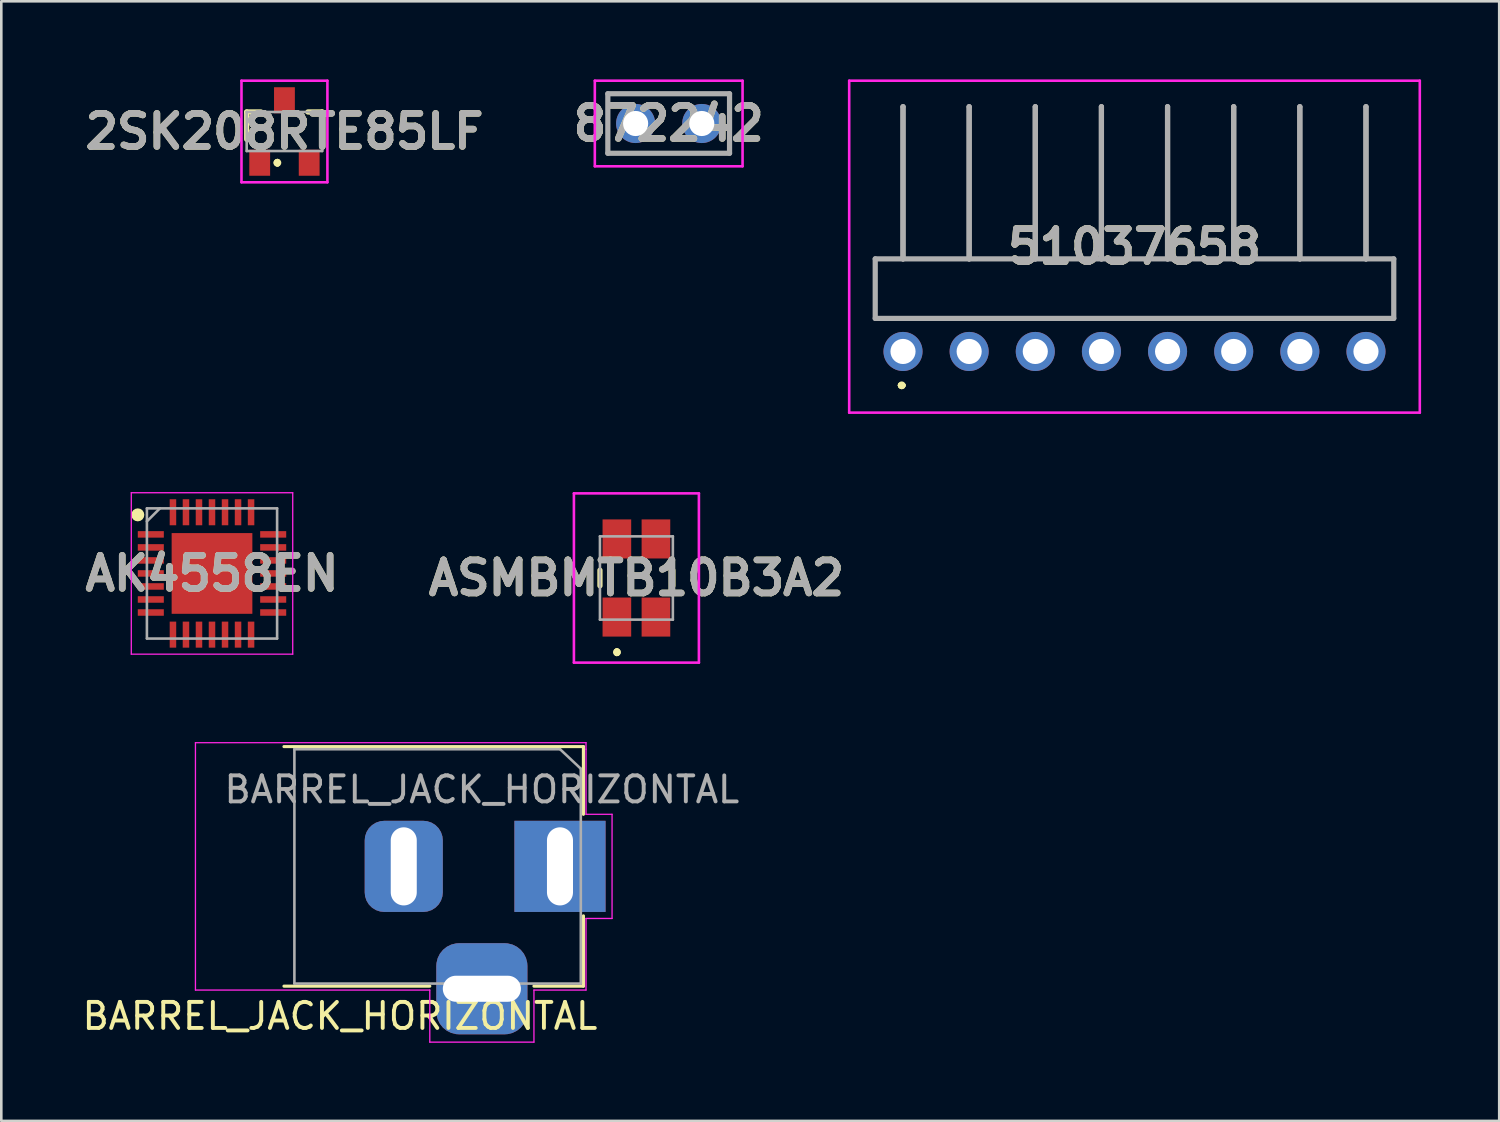
<source format=kicad_pcb>
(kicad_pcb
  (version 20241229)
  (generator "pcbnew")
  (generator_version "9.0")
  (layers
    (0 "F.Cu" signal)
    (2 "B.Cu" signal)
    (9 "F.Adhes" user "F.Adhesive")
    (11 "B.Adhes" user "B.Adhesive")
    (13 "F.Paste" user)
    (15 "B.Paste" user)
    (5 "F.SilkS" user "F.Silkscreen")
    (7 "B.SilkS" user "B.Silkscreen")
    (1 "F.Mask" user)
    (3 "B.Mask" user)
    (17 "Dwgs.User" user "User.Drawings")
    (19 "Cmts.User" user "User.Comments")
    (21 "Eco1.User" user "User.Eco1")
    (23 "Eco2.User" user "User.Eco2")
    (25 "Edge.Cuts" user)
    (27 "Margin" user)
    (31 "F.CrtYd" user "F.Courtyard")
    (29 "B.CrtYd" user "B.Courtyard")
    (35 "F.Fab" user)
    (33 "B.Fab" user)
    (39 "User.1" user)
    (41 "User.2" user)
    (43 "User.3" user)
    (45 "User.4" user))
  (footprint "51037658"
    (layer "F.Cu")
    (at 31.63 10.448)
    (property "Reference" "51037658" (at 8.89 -4.024 0) (layer "F.SilkS") (effects (font (size 1.27 1.27) (thickness 0.254))))
    (attr through_hole)
    (fp_line (start -1.067 -3.556) (end 18.847 -3.556) (stroke (width 0.1) (type solid)) (layer "F.SilkS"))
    (fp_line (start -1.067 -1.27) (end -1.067 -3.556) (stroke (width 0.1) (type solid)) (layer "F.SilkS"))
    (fp_line (start -0.1 1.3) (end -0.1 1.3) (stroke (width 0.2) (type solid)) (layer "F.SilkS"))
    (fp_line (start -0.1 1.3) (end -0.1 1.3) (stroke (width 0.2) (type solid)) (layer "F.SilkS"))
    (fp_line (start 0 1.3) (end 0 1.3) (stroke (width 0.2) (type solid)) (layer "F.SilkS"))
    (fp_line (start 18.847 -3.556) (end 18.847 -1.27) (stroke (width 0.1) (type solid)) (layer "F.SilkS"))
    (fp_line (start 18.847 -1.27) (end -1.067 -1.27) (stroke (width 0.1) (type solid)) (layer "F.SilkS"))
    (fp_arc (start -0.1 1.3) (mid -0.05 1.25) (end 0 1.3) (stroke (width 0.2) (type solid)) (layer "F.SilkS"))
    (fp_arc (start 0 1.3) (mid -0.05 1.35) (end -0.1 1.3) (stroke (width 0.2) (type solid)) (layer "F.SilkS"))
    (fp_arc (start 0 1.3) (mid -0.05 1.35) (end -0.1 1.3) (stroke (width 0.2) (type solid)) (layer "F.SilkS"))
    (fp_line (start -2.067 -10.398) (end 19.847 -10.398) (stroke (width 0.1) (type solid)) (layer "F.CrtYd"))
    (fp_line (start -2.067 2.35) (end -2.067 -10.398) (stroke (width 0.1) (type solid)) (layer "F.CrtYd"))
    (fp_line (start 19.847 -10.398) (end 19.847 2.35) (stroke (width 0.1) (type solid)) (layer "F.CrtYd"))
    (fp_line (start 19.847 2.35) (end -2.067 2.35) (stroke (width 0.1) (type solid)) (layer "F.CrtYd"))
    (fp_line (start -1.067 -3.556) (end -1.067 -1.27) (stroke (width 0.2) (type solid)) (layer "F.Fab"))
    (fp_line (start -1.067 -1.27) (end 18.847 -1.27) (stroke (width 0.2) (type solid)) (layer "F.Fab"))
    (fp_line (start 0 -9.398) (end 0 -9.398) (stroke (width 0.2) (type solid)) (layer "F.Fab"))
    (fp_line (start 0 -9.398) (end 0 -3.556) (stroke (width 0.2) (type solid)) (layer "F.Fab"))
    (fp_line (start 0 -3.556) (end 0 -9.398) (stroke (width 0.2) (type solid)) (layer "F.Fab"))
    (fp_line (start 0 -3.556) (end 0 -3.556) (stroke (width 0.2) (type solid)) (layer "F.Fab"))
    (fp_line (start 2.54 -9.398) (end 2.54 -9.398) (stroke (width 0.2) (type solid)) (layer "F.Fab"))
    (fp_line (start 2.54 -9.398) (end 2.54 -3.556) (stroke (width 0.2) (type solid)) (layer "F.Fab"))
    (fp_line (start 2.54 -3.556) (end 2.54 -9.398) (stroke (width 0.2) (type solid)) (layer "F.Fab"))
    (fp_line (start 2.54 -3.556) (end 2.54 -3.556) (stroke (width 0.2) (type solid)) (layer "F.Fab"))
    (fp_line (start 5.08 -9.398) (end 5.08 -9.398) (stroke (width 0.2) (type solid)) (layer "F.Fab"))
    (fp_line (start 5.08 -9.398) (end 5.08 -3.556) (stroke (width 0.2) (type solid)) (layer "F.Fab"))
    (fp_line (start 5.08 -3.556) (end 5.08 -9.398) (stroke (width 0.2) (type solid)) (layer "F.Fab"))
    (fp_line (start 5.08 -3.556) (end 5.08 -3.556) (stroke (width 0.2) (type solid)) (layer "F.Fab"))
    (fp_line (start 7.62 -9.398) (end 7.62 -9.398) (stroke (width 0.2) (type solid)) (layer "F.Fab"))
    (fp_line (start 7.62 -9.398) (end 7.62 -3.556) (stroke (width 0.2) (type solid)) (layer "F.Fab"))
    (fp_line (start 7.62 -3.556) (end 7.62 -9.398) (stroke (width 0.2) (type solid)) (layer "F.Fab"))
    (fp_line (start 7.62 -3.556) (end 7.62 -3.556) (stroke (width 0.2) (type solid)) (layer "F.Fab"))
    (fp_line (start 10.16 -9.398) (end 10.16 -9.398) (stroke (width 0.2) (type solid)) (layer "F.Fab"))
    (fp_line (start 10.16 -9.398) (end 10.16 -3.556) (stroke (width 0.2) (type solid)) (layer "F.Fab"))
    (fp_line (start 10.16 -3.556) (end 10.16 -9.398) (stroke (width 0.2) (type solid)) (layer "F.Fab"))
    (fp_line (start 10.16 -3.556) (end 10.16 -3.556) (stroke (width 0.2) (type solid)) (layer "F.Fab"))
    (fp_line (start 12.7 -9.398) (end 12.7 -9.398) (stroke (width 0.2) (type solid)) (layer "F.Fab"))
    (fp_line (start 12.7 -9.398) (end 12.7 -3.556) (stroke (width 0.2) (type solid)) (layer "F.Fab"))
    (fp_line (start 12.7 -3.556) (end 12.7 -9.398) (stroke (width 0.2) (type solid)) (layer "F.Fab"))
    (fp_line (start 12.7 -3.556) (end 12.7 -3.556) (stroke (width 0.2) (type solid)) (layer "F.Fab"))
    (fp_line (start 15.24 -9.398) (end 15.24 -9.398) (stroke (width 0.2) (type solid)) (layer "F.Fab"))
    (fp_line (start 15.24 -9.398) (end 15.24 -3.556) (stroke (width 0.2) (type solid)) (layer "F.Fab"))
    (fp_line (start 15.24 -3.556) (end 15.24 -9.398) (stroke (width 0.2) (type solid)) (layer "F.Fab"))
    (fp_line (start 15.24 -3.556) (end 15.24 -3.556) (stroke (width 0.2) (type solid)) (layer "F.Fab"))
    (fp_line (start 17.78 -9.398) (end 17.78 -9.398) (stroke (width 0.2) (type solid)) (layer "F.Fab"))
    (fp_line (start 17.78 -9.398) (end 17.78 -3.556) (stroke (width 0.2) (type solid)) (layer "F.Fab"))
    (fp_line (start 17.78 -3.556) (end 17.78 -9.398) (stroke (width 0.2) (type solid)) (layer "F.Fab"))
    (fp_line (start 17.78 -3.556) (end 17.78 -3.556) (stroke (width 0.2) (type solid)) (layer "F.Fab"))
    (fp_line (start 18.847 -3.556) (end -1.067 -3.556) (stroke (width 0.2) (type solid)) (layer "F.Fab"))
    (fp_line (start 18.847 -1.27) (end 18.847 -3.556) (stroke (width 0.2) (type solid)) (layer "F.Fab"))
    (fp_text user "${REFERENCE}" (at 8.89 -4.024 0) (layer "F.Fab") (effects (font (size 1.27 1.27) (thickness 0.254))))
    (pad "1" thru_hole circle (at 0 0) (size 1.5 1.5) (drill 0.965) (layers "*.Cu" "*.Mask"))
    (pad "2" thru_hole circle (at 2.54 0) (size 1.5 1.5) (drill 0.965) (layers "*.Cu" "*.Mask"))
    (pad "3" thru_hole circle (at 5.08 0) (size 1.5 1.5) (drill 0.965) (layers "*.Cu" "*.Mask"))
    (pad "4" thru_hole circle (at 7.62 0) (size 1.5 1.5) (drill 0.965) (layers "*.Cu" "*.Mask"))
    (pad "5" thru_hole circle (at 10.16 0) (size 1.5 1.5) (drill 0.965) (layers "*.Cu" "*.Mask"))
    (pad "6" thru_hole circle (at 12.7 0) (size 1.5 1.5) (drill 0.965) (layers "*.Cu" "*.Mask"))
    (pad "7" thru_hole circle (at 15.24 0) (size 1.5 1.5) (drill 0.965) (layers "*.Cu" "*.Mask"))
    (pad "8" thru_hole circle (at 17.78 0) (size 1.5 1.5) (drill 0.965) (layers "*.Cu" "*.Mask")))
  (footprint "AK4558EN"
    (layer "F.Cu")
    (at 5.092 18.973)
    (property "Reference" "AK4558EN" (at 0 0 0) (layer "F.SilkS") (effects (font (size 1.27 1.27) (thickness 0.254))))
    (attr smd)
    (fp_circle (center -2.85 -2.25) (end -2.85 -2.125) (stroke (width 0.25) (type solid)) (fill no) (layer "F.SilkS"))
    (fp_line (start -3.1 -3.1) (end 3.1 -3.1) (stroke (width 0.05) (type solid)) (layer "F.CrtYd"))
    (fp_line (start -3.1 3.1) (end -3.1 -3.1) (stroke (width 0.05) (type solid)) (layer "F.CrtYd"))
    (fp_line (start 3.1 -3.1) (end 3.1 3.1) (stroke (width 0.05) (type solid)) (layer "F.CrtYd"))
    (fp_line (start 3.1 3.1) (end -3.1 3.1) (stroke (width 0.05) (type solid)) (layer "F.CrtYd"))
    (fp_line (start -2.5 -2.5) (end 2.5 -2.5) (stroke (width 0.1) (type solid)) (layer "F.Fab"))
    (fp_line (start -2.5 -2) (end -2 -2.5) (stroke (width 0.1) (type solid)) (layer "F.Fab"))
    (fp_line (start -2.5 2.5) (end -2.5 -2.5) (stroke (width 0.1) (type solid)) (layer "F.Fab"))
    (fp_line (start 2.5 -2.5) (end 2.5 2.5) (stroke (width 0.1) (type solid)) (layer "F.Fab"))
    (fp_line (start 2.5 2.5) (end -2.5 2.5) (stroke (width 0.1) (type solid)) (layer "F.Fab"))
    (fp_text user "${REFERENCE}" (at 0 0 0) (layer "F.Fab") (effects (font (size 1.27 1.27) (thickness 0.254))))
    (pad "1" smd rect (at -2.35 -1.5 90) (size 0.25 1) (layers "F.Cu" "F.Mask" "F.Paste"))
    (pad "2" smd rect (at -2.35 -1 90) (size 0.25 1) (layers "F.Cu" "F.Mask" "F.Paste"))
    (pad "3" smd rect (at -2.35 -0.5 90) (size 0.25 1) (layers "F.Cu" "F.Mask" "F.Paste"))
    (pad "4" smd rect (at -2.35 0 90) (size 0.25 1) (layers "F.Cu" "F.Mask" "F.Paste"))
    (pad "5" smd rect (at -2.35 0.5 90) (size 0.25 1) (layers "F.Cu" "F.Mask" "F.Paste"))
    (pad "6" smd rect (at -2.35 1 90) (size 0.25 1) (layers "F.Cu" "F.Mask" "F.Paste"))
    (pad "7" smd rect (at -2.35 1.5 90) (size 0.25 1) (layers "F.Cu" "F.Mask" "F.Paste"))
    (pad "8" smd rect (at -1.5 2.35) (size 0.25 1) (layers "F.Cu" "F.Mask" "F.Paste"))
    (pad "9" smd rect (at -1 2.35) (size 0.25 1) (layers "F.Cu" "F.Mask" "F.Paste"))
    (pad "10" smd rect (at -0.5 2.35) (size 0.25 1) (layers "F.Cu" "F.Mask" "F.Paste"))
    (pad "11" smd rect (at 0 2.35) (size 0.25 1) (layers "F.Cu" "F.Mask" "F.Paste"))
    (pad "12" smd rect (at 0.5 2.35) (size 0.25 1) (layers "F.Cu" "F.Mask" "F.Paste"))
    (pad "13" smd rect (at 1 2.35) (size 0.25 1) (layers "F.Cu" "F.Mask" "F.Paste"))
    (pad "14" smd rect (at 1.5 2.35) (size 0.25 1) (layers "F.Cu" "F.Mask" "F.Paste"))
    (pad "15" smd rect (at 2.35 1.5 90) (size 0.25 1) (layers "F.Cu" "F.Mask" "F.Paste"))
    (pad "16" smd rect (at 2.35 1 90) (size 0.25 1) (layers "F.Cu" "F.Mask" "F.Paste"))
    (pad "17" smd rect (at 2.35 0.5 90) (size 0.25 1) (layers "F.Cu" "F.Mask" "F.Paste"))
    (pad "18" smd rect (at 2.35 0 90) (size 0.25 1) (layers "F.Cu" "F.Mask" "F.Paste"))
    (pad "19" smd rect (at 2.35 -0.5 90) (size 0.25 1) (layers "F.Cu" "F.Mask" "F.Paste"))
    (pad "20" smd rect (at 2.35 -1 90) (size 0.25 1) (layers "F.Cu" "F.Mask" "F.Paste"))
    (pad "21" smd rect (at 2.35 -1.5 90) (size 0.25 1) (layers "F.Cu" "F.Mask" "F.Paste"))
    (pad "22" smd rect (at 1.5 -2.35) (size 0.25 1) (layers "F.Cu" "F.Mask" "F.Paste"))
    (pad "23" smd rect (at 1 -2.35) (size 0.25 1) (layers "F.Cu" "F.Mask" "F.Paste"))
    (pad "24" smd rect (at 0.5 -2.35) (size 0.25 1) (layers "F.Cu" "F.Mask" "F.Paste"))
    (pad "25" smd rect (at 0 -2.35) (size 0.25 1) (layers "F.Cu" "F.Mask" "F.Paste"))
    (pad "26" smd rect (at -0.5 -2.35) (size 0.25 1) (layers "F.Cu" "F.Mask" "F.Paste"))
    (pad "27" smd rect (at -1 -2.35) (size 0.25 1) (layers "F.Cu" "F.Mask" "F.Paste"))
    (pad "28" smd rect (at -1.5 -2.35) (size 0.25 1) (layers "F.Cu" "F.Mask" "F.Paste"))
    (pad "29" smd rect (at 0 0) (size 3.1 3.1) (layers "F.Cu" "F.Mask" "F.Paste")))
  (footprint "2SK208RTE85LF"
    (layer "F.Cu")
    (at 7.874 2)
    (property "Reference" "2SK208RTE85LF" (at 0 0 0) (layer "F.SilkS") (effects (font (size 1.27 1.27) (thickness 0.254))))
    (attr smd)
    (fp_line (start -1.45 -0.75) (end -0.9 -0.75) (stroke (width 0.2) (type solid)) (layer "F.SilkS"))
    (fp_line (start -1.45 0.3) (end -1.45 -0.75) (stroke (width 0.2) (type solid)) (layer "F.SilkS"))
    (fp_line (start 0.9 -0.75) (end 1.45 -0.75) (stroke (width 0.2) (type solid)) (layer "F.SilkS"))
    (fp_line (start 1.45 -0.75) (end 1.45 0.3) (stroke (width 0.2) (type solid)) (layer "F.SilkS"))
    (fp_arc (start -0.27 1.15) (mid -0.22 1.2) (end -0.27 1.25) (stroke (width 0.2) (type solid)) (layer "F.SilkS"))
    (fp_arc (start -0.27 1.25) (mid -0.32 1.2) (end -0.27 1.15) (stroke (width 0.2) (type solid)) (layer "F.SilkS"))
    (fp_arc (start -0.27 1.25) (mid -0.32 1.2) (end -0.27 1.15) (stroke (width 0.2) (type solid)) (layer "F.SilkS"))
    (fp_line (start -1.65 -1.95) (end 1.65 -1.95) (stroke (width 0.1) (type solid)) (layer "F.CrtYd"))
    (fp_line (start -1.65 1.95) (end -1.65 -1.95) (stroke (width 0.1) (type solid)) (layer "F.CrtYd"))
    (fp_line (start 1.65 -1.95) (end 1.65 1.95) (stroke (width 0.1) (type solid)) (layer "F.CrtYd"))
    (fp_line (start 1.65 1.95) (end -1.65 1.95) (stroke (width 0.1) (type solid)) (layer "F.CrtYd"))
    (fp_line (start -1.45 -0.75) (end -1.45 0.75) (stroke (width 0.1) (type solid)) (layer "F.Fab"))
    (fp_line (start -1.45 0.75) (end 1.45 0.75) (stroke (width 0.1) (type solid)) (layer "F.Fab"))
    (fp_line (start 1.45 -0.75) (end -1.45 -0.75) (stroke (width 0.1) (type solid)) (layer "F.Fab"))
    (fp_line (start 1.45 0.75) (end 1.45 -0.75) (stroke (width 0.1) (type solid)) (layer "F.Fab"))
    (fp_text user "${REFERENCE}" (at 0 0 0) (layer "F.Fab") (effects (font (size 1.27 1.27) (thickness 0.254))))
    (pad "1" smd rect (at 0.95 1.2) (size 0.8 1) (layers "F.Cu" "F.Mask" "F.Paste"))
    (pad "2" smd rect (at 0 -1.2) (size 0.8 1) (layers "F.Cu" "F.Mask" "F.Paste"))
    (pad "3" smd rect (at -0.95 1.2) (size 0.8 1) (layers "F.Cu" "F.Mask" "F.Paste")))
  (footprint "872242"
    (layer "F.Cu")
    (at 21.361 1.693)
    (property "Reference" "872242" (at 1.27 0 0) (layer "F.SilkS") (effects (font (size 1.27 1.27) (thickness 0.254))))
    (attr through_hole)
    (fp_line (start -1.067 -1.143) (end 3.607 -1.143) (stroke (width 0.1) (type solid)) (layer "F.SilkS"))
    (fp_line (start -1.067 1.143) (end -1.067 -1.143) (stroke (width 0.1) (type solid)) (layer "F.SilkS"))
    (fp_line (start 3.607 -1.143) (end 3.607 1.143) (stroke (width 0.1) (type solid)) (layer "F.SilkS"))
    (fp_line (start 3.607 1.143) (end -1.067 1.143) (stroke (width 0.1) (type solid)) (layer "F.SilkS"))
    (fp_line (start -1.567 -1.643) (end 4.107 -1.643) (stroke (width 0.1) (type solid)) (layer "F.CrtYd"))
    (fp_line (start -1.567 1.643) (end -1.567 -1.643) (stroke (width 0.1) (type solid)) (layer "F.CrtYd"))
    (fp_line (start 4.107 -1.643) (end 4.107 1.643) (stroke (width 0.1) (type solid)) (layer "F.CrtYd"))
    (fp_line (start 4.107 1.643) (end -1.567 1.643) (stroke (width 0.1) (type solid)) (layer "F.CrtYd"))
    (fp_line (start -1.067 -1.143) (end 3.607 -1.143) (stroke (width 0.2) (type solid)) (layer "F.Fab"))
    (fp_line (start -1.067 1.143) (end -1.067 -1.143) (stroke (width 0.2) (type solid)) (layer "F.Fab"))
    (fp_line (start 3.607 -1.143) (end 3.607 1.143) (stroke (width 0.2) (type solid)) (layer "F.Fab"))
    (fp_line (start 3.607 1.143) (end -1.067 1.143) (stroke (width 0.2) (type solid)) (layer "F.Fab"))
    (fp_text user "${REFERENCE}" (at 1.27 0 0) (layer "F.Fab") (effects (font (size 1.27 1.27) (thickness 0.254))))
    (pad "1" thru_hole circle (at 0 0) (size 1.501 1.501) (drill 0.965) (layers "*.Cu" "*.Mask"))
    (pad "2" thru_hole circle (at 2.54 0) (size 1.501 1.501) (drill 0.965) (layers "*.Cu" "*.Mask")))
  (footprint "BARREL_JACK_HORIZONTAL"
    (layer "F.Cu")
    (at 18.456 30.223)
    (property "Reference" "BARREL_JACK_HORIZONTAL" (at -8.45 5.75 0) (layer "F.SilkS") (effects (font (size 1 1) (thickness 0.15))))
    (attr through_hole)
    (fp_line (start -10.6 -4.6) (end 0.9 -4.6) (stroke (width 0.12) (type solid)) (layer "F.SilkS"))
    (fp_line (start -5 4.6) (end -10.6 4.6) (stroke (width 0.12) (type solid)) (layer "F.SilkS"))
    (fp_line (start 0.9 -4.6) (end 0.9 -2) (stroke (width 0.12) (type solid)) (layer "F.SilkS"))
    (fp_line (start 0.9 1.9) (end 0.9 4.6) (stroke (width 0.12) (type solid)) (layer "F.SilkS"))
    (fp_line (start 0.9 4.6) (end -1 4.6) (stroke (width 0.12) (type solid)) (layer "F.SilkS"))
    (fp_line (start -14 4.75) (end -14 -4.75) (stroke (width 0.05) (type solid)) (layer "F.CrtYd"))
    (fp_line (start -5 4.75) (end -14 4.75) (stroke (width 0.05) (type solid)) (layer "F.CrtYd"))
    (fp_line (start -5 6.75) (end -5 4.75) (stroke (width 0.05) (type solid)) (layer "F.CrtYd"))
    (fp_line (start -1 4.75) (end -1 6.75) (stroke (width 0.05) (type solid)) (layer "F.CrtYd"))
    (fp_line (start -1 6.75) (end -5 6.75) (stroke (width 0.05) (type solid)) (layer "F.CrtYd"))
    (fp_line (start 1 -4.75) (end -14 -4.75) (stroke (width 0.05) (type solid)) (layer "F.CrtYd"))
    (fp_line (start 1 -4.5) (end 1 -4.75) (stroke (width 0.05) (type solid)) (layer "F.CrtYd"))
    (fp_line (start 1 -4.5) (end 1 -2) (stroke (width 0.05) (type solid)) (layer "F.CrtYd"))
    (fp_line (start 1 -2) (end 2 -2) (stroke (width 0.05) (type solid)) (layer "F.CrtYd"))
    (fp_line (start 1 2) (end 1 4.75) (stroke (width 0.05) (type solid)) (layer "F.CrtYd"))
    (fp_line (start 1 4.75) (end -1 4.75) (stroke (width 0.05) (type solid)) (layer "F.CrtYd"))
    (fp_line (start 2 -2) (end 2 2) (stroke (width 0.05) (type solid)) (layer "F.CrtYd"))
    (fp_line (start 2 2) (end 1 2) (stroke (width 0.05) (type solid)) (layer "F.CrtYd"))
    (fp_line (start -10.2 -4.5) (end -10.2 4.5) (stroke (width 0.1) (type solid)) (layer "F.Fab"))
    (fp_line (start -10.2 4.5) (end 0.8 4.5) (stroke (width 0.1) (type solid)) (layer "F.Fab"))
    (fp_line (start -0.003 -4.505) (end 0.8 -3.75) (stroke (width 0.1) (type solid)) (layer "F.Fab"))
    (fp_line (start 0 -4.5) (end -10.2 -4.5) (stroke (width 0.1) (type solid)) (layer "F.Fab"))
    (fp_line (start 0.8 4.5) (end 0.8 -3.75) (stroke (width 0.1) (type solid)) (layer "F.Fab"))
    (fp_text user "${REFERENCE}" (at -3 -2.95 0) (layer "F.Fab") (effects (font (size 1 1) (thickness 0.15))))
    (pad "1" thru_hole roundrect (at -3 4.7) (size 3.5 3.5) (drill oval 3 1) (layers "*.Cu" "*.Mask") (roundrect_rratio 0.25))
    (pad "1" thru_hole rect (at 0 0) (size 3.5 3.5) (drill oval 1 3) (layers "*.Cu" "*.Mask"))
    (pad "2" thru_hole roundrect (at -6 0) (size 3 3.5) (drill oval 1 3) (layers "*.Cu" "*.Mask") (roundrect_rratio 0.25)))
  (footprint "ASMBMTB10B3A2"
    (layer "F.Cu")
    (at 21.391 19.148)
    (property "Reference" "ASMBMTB10B3A2" (at 0 0 0) (layer "F.SilkS") (effects (font (size 1.27 1.27) (thickness 0.254))))
    (attr smd)
    (fp_line (start -1.4 -0.3) (end -1.4 0.3) (stroke (width 0.2) (type solid)) (layer "F.SilkS"))
    (fp_line (start -0.75 2.8) (end -0.75 2.8) (stroke (width 0.2) (type solid)) (layer "F.SilkS"))
    (fp_line (start -0.75 2.9) (end -0.75 2.9) (stroke (width 0.2) (type solid)) (layer "F.SilkS"))
    (fp_line (start -0.75 2.9) (end -0.75 2.9) (stroke (width 0.2) (type solid)) (layer "F.SilkS"))
    (fp_line (start 1.4 -0.3) (end 1.4 0.3) (stroke (width 0.2) (type solid)) (layer "F.SilkS"))
    (fp_arc (start -0.75 2.8) (mid -0.7 2.85) (end -0.75 2.9) (stroke (width 0.2) (type solid)) (layer "F.SilkS"))
    (fp_arc (start -0.75 2.8) (mid -0.7 2.85) (end -0.75 2.9) (stroke (width 0.2) (type solid)) (layer "F.SilkS"))
    (fp_arc (start -0.75 2.9) (mid -0.8 2.85) (end -0.75 2.8) (stroke (width 0.2) (type solid)) (layer "F.SilkS"))
    (fp_line (start -2.4 -3.25) (end 2.4 -3.25) (stroke (width 0.1) (type solid)) (layer "F.CrtYd"))
    (fp_line (start -2.4 3.25) (end -2.4 -3.25) (stroke (width 0.1) (type solid)) (layer "F.CrtYd"))
    (fp_line (start 2.4 -3.25) (end 2.4 3.25) (stroke (width 0.1) (type solid)) (layer "F.CrtYd"))
    (fp_line (start 2.4 3.25) (end -2.4 3.25) (stroke (width 0.1) (type solid)) (layer "F.CrtYd"))
    (fp_line (start -1.4 -1.6) (end -1.4 1.6) (stroke (width 0.1) (type solid)) (layer "F.Fab"))
    (fp_line (start -1.4 1.6) (end 1.4 1.6) (stroke (width 0.1) (type solid)) (layer "F.Fab"))
    (fp_line (start 1.4 -1.6) (end -1.4 -1.6) (stroke (width 0.1) (type solid)) (layer "F.Fab"))
    (fp_line (start 1.4 1.6) (end 1.4 -1.6) (stroke (width 0.1) (type solid)) (layer "F.Fab"))
    (fp_text user "${REFERENCE}" (at 0 0 0) (layer "F.Fab") (effects (font (size 1.27 1.27) (thickness 0.254))))
    (pad "1" smd rect (at 0.75 1.5) (size 1.1 1.5) (layers "F.Cu" "F.Mask" "F.Paste"))
    (pad "2" smd rect (at -0.75 1.5) (size 1.1 1.5) (layers "F.Cu" "F.Mask" "F.Paste"))
    (pad "3" smd rect (at -0.75 -1.5) (size 1.1 1.5) (layers "F.Cu" "F.Mask" "F.Paste"))
    (pad "4" smd rect (at 0.75 -1.5) (size 1.1 1.5) (layers "F.Cu" "F.Mask" "F.Paste")))
  (gr_rect
    (start -3 -3)
    (end 54.527 39.998)
    (stroke (width 0.1) (type default))
    (fill no)
    (layer "Edge.Cuts")))
</source>
